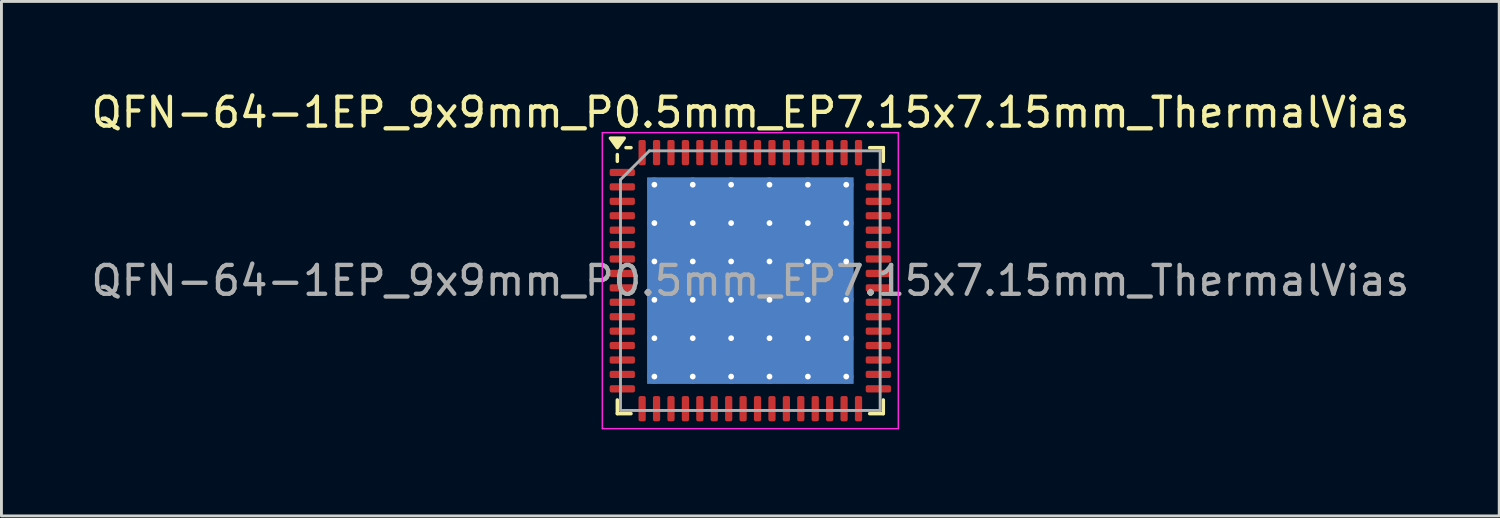
<source format=kicad_pcb>
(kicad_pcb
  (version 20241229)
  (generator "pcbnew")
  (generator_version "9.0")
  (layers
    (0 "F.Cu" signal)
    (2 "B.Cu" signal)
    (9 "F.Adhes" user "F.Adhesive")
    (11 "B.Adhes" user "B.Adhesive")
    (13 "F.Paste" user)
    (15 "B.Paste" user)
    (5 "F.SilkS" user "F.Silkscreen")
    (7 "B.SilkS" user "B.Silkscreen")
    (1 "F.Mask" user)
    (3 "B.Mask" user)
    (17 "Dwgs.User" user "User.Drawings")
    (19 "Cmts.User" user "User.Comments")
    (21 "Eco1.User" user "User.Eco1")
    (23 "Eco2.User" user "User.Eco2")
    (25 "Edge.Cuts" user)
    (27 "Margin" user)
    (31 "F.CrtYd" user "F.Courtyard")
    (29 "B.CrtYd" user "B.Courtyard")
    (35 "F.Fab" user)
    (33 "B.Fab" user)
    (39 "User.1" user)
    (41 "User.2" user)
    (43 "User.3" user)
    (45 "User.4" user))
  (footprint "QFN-64-1EP_9x9mm_P0.5mm_EP7.15x7.15mm_ThermalVias"
    (layer "F.Cu")
    (at 22.958 6.678)
    (property "Reference" "QFN-64-1EP_9x9mm_P0.5mm_EP7.15x7.15mm_ThermalVias" (at 0 -5.83 0) (layer "F.SilkS") (effects (font (size 1 1) (thickness 0.15))))
    (attr smd)
    (fp_line (start -4.61 -4.135) (end -4.61 -4.37) (stroke (width 0.12) (type solid)) (layer "F.SilkS"))
    (fp_line (start -4.61 4.61) (end -4.61 4.135) (stroke (width 0.12) (type solid)) (layer "F.SilkS"))
    (fp_line (start -4.135 -4.61) (end -4.31 -4.61) (stroke (width 0.12) (type solid)) (layer "F.SilkS"))
    (fp_line (start -4.135 4.61) (end -4.61 4.61) (stroke (width 0.12) (type solid)) (layer "F.SilkS"))
    (fp_line (start 4.135 -4.61) (end 4.61 -4.61) (stroke (width 0.12) (type solid)) (layer "F.SilkS"))
    (fp_line (start 4.135 4.61) (end 4.61 4.61) (stroke (width 0.12) (type solid)) (layer "F.SilkS"))
    (fp_line (start 4.61 -4.61) (end 4.61 -4.135) (stroke (width 0.12) (type solid)) (layer "F.SilkS"))
    (fp_line (start 4.61 4.61) (end 4.61 4.135) (stroke (width 0.12) (type solid)) (layer "F.SilkS"))
    (fp_poly (pts (xy -4.61 -4.61) (xy -4.85 -4.94) (xy -4.37 -4.94) (xy -4.61 -4.61)) (stroke (width 0.12) (type solid)) (fill yes) (layer "F.SilkS"))
    (fp_line (start -5.13 -5.13) (end -5.13 5.13) (stroke (width 0.05) (type solid)) (layer "F.CrtYd"))
    (fp_line (start -5.13 5.13) (end 5.13 5.13) (stroke (width 0.05) (type solid)) (layer "F.CrtYd"))
    (fp_line (start 5.13 -5.13) (end -5.13 -5.13) (stroke (width 0.05) (type solid)) (layer "F.CrtYd"))
    (fp_line (start 5.13 5.13) (end 5.13 -5.13) (stroke (width 0.05) (type solid)) (layer "F.CrtYd"))
    (fp_line (start -4.5 -3.5) (end -3.5 -4.5) (stroke (width 0.1) (type solid)) (layer "F.Fab"))
    (fp_line (start -4.5 4.5) (end -4.5 -3.5) (stroke (width 0.1) (type solid)) (layer "F.Fab"))
    (fp_line (start -3.5 -4.5) (end 4.5 -4.5) (stroke (width 0.1) (type solid)) (layer "F.Fab"))
    (fp_line (start 4.5 -4.5) (end 4.5 4.5) (stroke (width 0.1) (type solid)) (layer "F.Fab"))
    (fp_line (start 4.5 4.5) (end -4.5 4.5) (stroke (width 0.1) (type solid)) (layer "F.Fab"))
    (fp_text user "${REFERENCE}" (at 0 0 0) (layer "F.Fab") (effects (font (size 1 1) (thickness 0.15))))
    (pad "" smd roundrect (at -2.66 -2.66) (size 1.153 1.153) (layers "F.Paste") (roundrect_rratio 0.217))
    (pad "" smd roundrect (at -2.66 -1.33) (size 1.153 1.153) (layers "F.Paste") (roundrect_rratio 0.217))
    (pad "" smd roundrect (at -2.66 0) (size 1.153 1.153) (layers "F.Paste") (roundrect_rratio 0.217))
    (pad "" smd roundrect (at -2.66 1.33) (size 1.153 1.153) (layers "F.Paste") (roundrect_rratio 0.217))
    (pad "" smd roundrect (at -2.66 2.66) (size 1.153 1.153) (layers "F.Paste") (roundrect_rratio 0.217))
    (pad "" smd roundrect (at -1.33 -2.66) (size 1.153 1.153) (layers "F.Paste") (roundrect_rratio 0.217))
    (pad "" smd roundrect (at -1.33 -1.33) (size 1.153 1.153) (layers "F.Paste") (roundrect_rratio 0.217))
    (pad "" smd roundrect (at -1.33 0) (size 1.153 1.153) (layers "F.Paste") (roundrect_rratio 0.217))
    (pad "" smd roundrect (at -1.33 1.33) (size 1.153 1.153) (layers "F.Paste") (roundrect_rratio 0.217))
    (pad "" smd roundrect (at -1.33 2.66) (size 1.153 1.153) (layers "F.Paste") (roundrect_rratio 0.217))
    (pad "" smd roundrect (at 0 -2.66) (size 1.153 1.153) (layers "F.Paste") (roundrect_rratio 0.217))
    (pad "" smd roundrect (at 0 -1.33) (size 1.153 1.153) (layers "F.Paste") (roundrect_rratio 0.217))
    (pad "" smd roundrect (at 0 0) (size 1.153 1.153) (layers "F.Paste") (roundrect_rratio 0.217))
    (pad "" smd roundrect (at 0 1.33) (size 1.153 1.153) (layers "F.Paste") (roundrect_rratio 0.217))
    (pad "" smd roundrect (at 0 2.66) (size 1.153 1.153) (layers "F.Paste") (roundrect_rratio 0.217))
    (pad "" smd roundrect (at 1.33 -2.66) (size 1.153 1.153) (layers "F.Paste") (roundrect_rratio 0.217))
    (pad "" smd roundrect (at 1.33 -1.33) (size 1.153 1.153) (layers "F.Paste") (roundrect_rratio 0.217))
    (pad "" smd roundrect (at 1.33 0) (size 1.153 1.153) (layers "F.Paste") (roundrect_rratio 0.217))
    (pad "" smd roundrect (at 1.33 1.33) (size 1.153 1.153) (layers "F.Paste") (roundrect_rratio 0.217))
    (pad "" smd roundrect (at 1.33 2.66) (size 1.153 1.153) (layers "F.Paste") (roundrect_rratio 0.217))
    (pad "" smd roundrect (at 2.66 -2.66) (size 1.153 1.153) (layers "F.Paste") (roundrect_rratio 0.217))
    (pad "" smd roundrect (at 2.66 -1.33) (size 1.153 1.153) (layers "F.Paste") (roundrect_rratio 0.217))
    (pad "" smd roundrect (at 2.66 0) (size 1.153 1.153) (layers "F.Paste") (roundrect_rratio 0.217))
    (pad "" smd roundrect (at 2.66 1.33) (size 1.153 1.153) (layers "F.Paste") (roundrect_rratio 0.217))
    (pad "" smd roundrect (at 2.66 2.66) (size 1.153 1.153) (layers "F.Paste") (roundrect_rratio 0.217))
    (pad "1" smd roundrect (at -4.438 -3.75) (size 0.875 0.25) (layers "F.Cu" "F.Mask" "F.Paste") (roundrect_rratio 0.25))
    (pad "2" smd roundrect (at -4.438 -3.25) (size 0.875 0.25) (layers "F.Cu" "F.Mask" "F.Paste") (roundrect_rratio 0.25))
    (pad "3" smd roundrect (at -4.438 -2.75) (size 0.875 0.25) (layers "F.Cu" "F.Mask" "F.Paste") (roundrect_rratio 0.25))
    (pad "4" smd roundrect (at -4.438 -2.25) (size 0.875 0.25) (layers "F.Cu" "F.Mask" "F.Paste") (roundrect_rratio 0.25))
    (pad "5" smd roundrect (at -4.438 -1.75) (size 0.875 0.25) (layers "F.Cu" "F.Mask" "F.Paste") (roundrect_rratio 0.25))
    (pad "6" smd roundrect (at -4.438 -1.25) (size 0.875 0.25) (layers "F.Cu" "F.Mask" "F.Paste") (roundrect_rratio 0.25))
    (pad "7" smd roundrect (at -4.438 -0.75) (size 0.875 0.25) (layers "F.Cu" "F.Mask" "F.Paste") (roundrect_rratio 0.25))
    (pad "8" smd roundrect (at -4.438 -0.25) (size 0.875 0.25) (layers "F.Cu" "F.Mask" "F.Paste") (roundrect_rratio 0.25))
    (pad "9" smd roundrect (at -4.438 0.25) (size 0.875 0.25) (layers "F.Cu" "F.Mask" "F.Paste") (roundrect_rratio 0.25))
    (pad "10" smd roundrect (at -4.438 0.75) (size 0.875 0.25) (layers "F.Cu" "F.Mask" "F.Paste") (roundrect_rratio 0.25))
    (pad "11" smd roundrect (at -4.438 1.25) (size 0.875 0.25) (layers "F.Cu" "F.Mask" "F.Paste") (roundrect_rratio 0.25))
    (pad "12" smd roundrect (at -4.438 1.75) (size 0.875 0.25) (layers "F.Cu" "F.Mask" "F.Paste") (roundrect_rratio 0.25))
    (pad "13" smd roundrect (at -4.438 2.25) (size 0.875 0.25) (layers "F.Cu" "F.Mask" "F.Paste") (roundrect_rratio 0.25))
    (pad "14" smd roundrect (at -4.438 2.75) (size 0.875 0.25) (layers "F.Cu" "F.Mask" "F.Paste") (roundrect_rratio 0.25))
    (pad "15" smd roundrect (at -4.438 3.25) (size 0.875 0.25) (layers "F.Cu" "F.Mask" "F.Paste") (roundrect_rratio 0.25))
    (pad "16" smd roundrect (at -4.438 3.75) (size 0.875 0.25) (layers "F.Cu" "F.Mask" "F.Paste") (roundrect_rratio 0.25))
    (pad "17" smd roundrect (at -3.75 4.438) (size 0.25 0.875) (layers "F.Cu" "F.Mask" "F.Paste") (roundrect_rratio 0.25))
    (pad "18" smd roundrect (at -3.25 4.438) (size 0.25 0.875) (layers "F.Cu" "F.Mask" "F.Paste") (roundrect_rratio 0.25))
    (pad "19" smd roundrect (at -2.75 4.438) (size 0.25 0.875) (layers "F.Cu" "F.Mask" "F.Paste") (roundrect_rratio 0.25))
    (pad "20" smd roundrect (at -2.25 4.438) (size 0.25 0.875) (layers "F.Cu" "F.Mask" "F.Paste") (roundrect_rratio 0.25))
    (pad "21" smd roundrect (at -1.75 4.438) (size 0.25 0.875) (layers "F.Cu" "F.Mask" "F.Paste") (roundrect_rratio 0.25))
    (pad "22" smd roundrect (at -1.25 4.438) (size 0.25 0.875) (layers "F.Cu" "F.Mask" "F.Paste") (roundrect_rratio 0.25))
    (pad "23" smd roundrect (at -0.75 4.438) (size 0.25 0.875) (layers "F.Cu" "F.Mask" "F.Paste") (roundrect_rratio 0.25))
    (pad "24" smd roundrect (at -0.25 4.438) (size 0.25 0.875) (layers "F.Cu" "F.Mask" "F.Paste") (roundrect_rratio 0.25))
    (pad "25" smd roundrect (at 0.25 4.438) (size 0.25 0.875) (layers "F.Cu" "F.Mask" "F.Paste") (roundrect_rratio 0.25))
    (pad "26" smd roundrect (at 0.75 4.438) (size 0.25 0.875) (layers "F.Cu" "F.Mask" "F.Paste") (roundrect_rratio 0.25))
    (pad "27" smd roundrect (at 1.25 4.438) (size 0.25 0.875) (layers "F.Cu" "F.Mask" "F.Paste") (roundrect_rratio 0.25))
    (pad "28" smd roundrect (at 1.75 4.438) (size 0.25 0.875) (layers "F.Cu" "F.Mask" "F.Paste") (roundrect_rratio 0.25))
    (pad "29" smd roundrect (at 2.25 4.438) (size 0.25 0.875) (layers "F.Cu" "F.Mask" "F.Paste") (roundrect_rratio 0.25))
    (pad "30" smd roundrect (at 2.75 4.438) (size 0.25 0.875) (layers "F.Cu" "F.Mask" "F.Paste") (roundrect_rratio 0.25))
    (pad "31" smd roundrect (at 3.25 4.438) (size 0.25 0.875) (layers "F.Cu" "F.Mask" "F.Paste") (roundrect_rratio 0.25))
    (pad "32" smd roundrect (at 3.75 4.438) (size 0.25 0.875) (layers "F.Cu" "F.Mask" "F.Paste") (roundrect_rratio 0.25))
    (pad "33" smd roundrect (at 4.438 3.75) (size 0.875 0.25) (layers "F.Cu" "F.Mask" "F.Paste") (roundrect_rratio 0.25))
    (pad "34" smd roundrect (at 4.438 3.25) (size 0.875 0.25) (layers "F.Cu" "F.Mask" "F.Paste") (roundrect_rratio 0.25))
    (pad "35" smd roundrect (at 4.438 2.75) (size 0.875 0.25) (layers "F.Cu" "F.Mask" "F.Paste") (roundrect_rratio 0.25))
    (pad "36" smd roundrect (at 4.438 2.25) (size 0.875 0.25) (layers "F.Cu" "F.Mask" "F.Paste") (roundrect_rratio 0.25))
    (pad "37" smd roundrect (at 4.438 1.75) (size 0.875 0.25) (layers "F.Cu" "F.Mask" "F.Paste") (roundrect_rratio 0.25))
    (pad "38" smd roundrect (at 4.438 1.25) (size 0.875 0.25) (layers "F.Cu" "F.Mask" "F.Paste") (roundrect_rratio 0.25))
    (pad "39" smd roundrect (at 4.438 0.75) (size 0.875 0.25) (layers "F.Cu" "F.Mask" "F.Paste") (roundrect_rratio 0.25))
    (pad "40" smd roundrect (at 4.438 0.25) (size 0.875 0.25) (layers "F.Cu" "F.Mask" "F.Paste") (roundrect_rratio 0.25))
    (pad "41" smd roundrect (at 4.438 -0.25) (size 0.875 0.25) (layers "F.Cu" "F.Mask" "F.Paste") (roundrect_rratio 0.25))
    (pad "42" smd roundrect (at 4.438 -0.75) (size 0.875 0.25) (layers "F.Cu" "F.Mask" "F.Paste") (roundrect_rratio 0.25))
    (pad "43" smd roundrect (at 4.438 -1.25) (size 0.875 0.25) (layers "F.Cu" "F.Mask" "F.Paste") (roundrect_rratio 0.25))
    (pad "44" smd roundrect (at 4.438 -1.75) (size 0.875 0.25) (layers "F.Cu" "F.Mask" "F.Paste") (roundrect_rratio 0.25))
    (pad "45" smd roundrect (at 4.438 -2.25) (size 0.875 0.25) (layers "F.Cu" "F.Mask" "F.Paste") (roundrect_rratio 0.25))
    (pad "46" smd roundrect (at 4.438 -2.75) (size 0.875 0.25) (layers "F.Cu" "F.Mask" "F.Paste") (roundrect_rratio 0.25))
    (pad "47" smd roundrect (at 4.438 -3.25) (size 0.875 0.25) (layers "F.Cu" "F.Mask" "F.Paste") (roundrect_rratio 0.25))
    (pad "48" smd roundrect (at 4.438 -3.75) (size 0.875 0.25) (layers "F.Cu" "F.Mask" "F.Paste") (roundrect_rratio 0.25))
    (pad "49" smd roundrect (at 3.75 -4.438) (size 0.25 0.875) (layers "F.Cu" "F.Mask" "F.Paste") (roundrect_rratio 0.25))
    (pad "50" smd roundrect (at 3.25 -4.438) (size 0.25 0.875) (layers "F.Cu" "F.Mask" "F.Paste") (roundrect_rratio 0.25))
    (pad "51" smd roundrect (at 2.75 -4.438) (size 0.25 0.875) (layers "F.Cu" "F.Mask" "F.Paste") (roundrect_rratio 0.25))
    (pad "52" smd roundrect (at 2.25 -4.438) (size 0.25 0.875) (layers "F.Cu" "F.Mask" "F.Paste") (roundrect_rratio 0.25))
    (pad "53" smd roundrect (at 1.75 -4.438) (size 0.25 0.875) (layers "F.Cu" "F.Mask" "F.Paste") (roundrect_rratio 0.25))
    (pad "54" smd roundrect (at 1.25 -4.438) (size 0.25 0.875) (layers "F.Cu" "F.Mask" "F.Paste") (roundrect_rratio 0.25))
    (pad "55" smd roundrect (at 0.75 -4.438) (size 0.25 0.875) (layers "F.Cu" "F.Mask" "F.Paste") (roundrect_rratio 0.25))
    (pad "56" smd roundrect (at 0.25 -4.438) (size 0.25 0.875) (layers "F.Cu" "F.Mask" "F.Paste") (roundrect_rratio 0.25))
    (pad "57" smd roundrect (at -0.25 -4.438) (size 0.25 0.875) (layers "F.Cu" "F.Mask" "F.Paste") (roundrect_rratio 0.25))
    (pad "58" smd roundrect (at -0.75 -4.438) (size 0.25 0.875) (layers "F.Cu" "F.Mask" "F.Paste") (roundrect_rratio 0.25))
    (pad "59" smd roundrect (at -1.25 -4.438) (size 0.25 0.875) (layers "F.Cu" "F.Mask" "F.Paste") (roundrect_rratio 0.25))
    (pad "60" smd roundrect (at -1.75 -4.438) (size 0.25 0.875) (layers "F.Cu" "F.Mask" "F.Paste") (roundrect_rratio 0.25))
    (pad "61" smd roundrect (at -2.25 -4.438) (size 0.25 0.875) (layers "F.Cu" "F.Mask" "F.Paste") (roundrect_rratio 0.25))
    (pad "62" smd roundrect (at -2.75 -4.438) (size 0.25 0.875) (layers "F.Cu" "F.Mask" "F.Paste") (roundrect_rratio 0.25))
    (pad "63" smd roundrect (at -3.25 -4.438) (size 0.25 0.875) (layers "F.Cu" "F.Mask" "F.Paste") (roundrect_rratio 0.25))
    (pad "64" smd roundrect (at -3.75 -4.438) (size 0.25 0.875) (layers "F.Cu" "F.Mask" "F.Paste") (roundrect_rratio 0.25))
    (pad "65" thru_hole circle (at -3.325 -3.325) (size 0.5 0.5) (drill 0.2) (property pad_prop_heatsink) (layers "*.Cu"))
    (pad "65" thru_hole circle (at -3.325 -1.995) (size 0.5 0.5) (drill 0.2) (property pad_prop_heatsink) (layers "*.Cu"))
    (pad "65" thru_hole circle (at -3.325 -0.665) (size 0.5 0.5) (drill 0.2) (property pad_prop_heatsink) (layers "*.Cu"))
    (pad "65" thru_hole circle (at -3.325 0.665) (size 0.5 0.5) (drill 0.2) (property pad_prop_heatsink) (layers "*.Cu"))
    (pad "65" thru_hole circle (at -3.325 1.995) (size 0.5 0.5) (drill 0.2) (property pad_prop_heatsink) (layers "*.Cu"))
    (pad "65" thru_hole circle (at -3.325 3.325) (size 0.5 0.5) (drill 0.2) (property pad_prop_heatsink) (layers "*.Cu"))
    (pad "65" thru_hole circle (at -1.995 -3.325) (size 0.5 0.5) (drill 0.2) (property pad_prop_heatsink) (layers "*.Cu"))
    (pad "65" thru_hole circle (at -1.995 -1.995) (size 0.5 0.5) (drill 0.2) (property pad_prop_heatsink) (layers "*.Cu"))
    (pad "65" thru_hole circle (at -1.995 -0.665) (size 0.5 0.5) (drill 0.2) (property pad_prop_heatsink) (layers "*.Cu"))
    (pad "65" thru_hole circle (at -1.995 0.665) (size 0.5 0.5) (drill 0.2) (property pad_prop_heatsink) (layers "*.Cu"))
    (pad "65" thru_hole circle (at -1.995 1.995) (size 0.5 0.5) (drill 0.2) (property pad_prop_heatsink) (layers "*.Cu"))
    (pad "65" thru_hole circle (at -1.995 3.325) (size 0.5 0.5) (drill 0.2) (property pad_prop_heatsink) (layers "*.Cu"))
    (pad "65" thru_hole circle (at -0.665 -3.325) (size 0.5 0.5) (drill 0.2) (property pad_prop_heatsink) (layers "*.Cu"))
    (pad "65" thru_hole circle (at -0.665 -1.995) (size 0.5 0.5) (drill 0.2) (property pad_prop_heatsink) (layers "*.Cu"))
    (pad "65" thru_hole circle (at -0.665 -0.665) (size 0.5 0.5) (drill 0.2) (property pad_prop_heatsink) (layers "*.Cu"))
    (pad "65" thru_hole circle (at -0.665 0.665) (size 0.5 0.5) (drill 0.2) (property pad_prop_heatsink) (layers "*.Cu"))
    (pad "65" thru_hole circle (at -0.665 1.995) (size 0.5 0.5) (drill 0.2) (property pad_prop_heatsink) (layers "*.Cu"))
    (pad "65" thru_hole circle (at -0.665 3.325) (size 0.5 0.5) (drill 0.2) (property pad_prop_heatsink) (layers "*.Cu"))
    (pad "65" smd rect (at 0 0) (size 7.15 7.15) (property pad_prop_heatsink) (layers "F.Cu" "F.Mask"))
    (pad "65" smd rect (at 0 0) (size 7.15 7.15) (property pad_prop_heatsink) (layers "B.Cu"))
    (pad "65" thru_hole circle (at 0.665 -3.325) (size 0.5 0.5) (drill 0.2) (property pad_prop_heatsink) (layers "*.Cu"))
    (pad "65" thru_hole circle (at 0.665 -1.995) (size 0.5 0.5) (drill 0.2) (property pad_prop_heatsink) (layers "*.Cu"))
    (pad "65" thru_hole circle (at 0.665 -0.665) (size 0.5 0.5) (drill 0.2) (property pad_prop_heatsink) (layers "*.Cu"))
    (pad "65" thru_hole circle (at 0.665 0.665) (size 0.5 0.5) (drill 0.2) (property pad_prop_heatsink) (layers "*.Cu"))
    (pad "65" thru_hole circle (at 0.665 1.995) (size 0.5 0.5) (drill 0.2) (property pad_prop_heatsink) (layers "*.Cu"))
    (pad "65" thru_hole circle (at 0.665 3.325) (size 0.5 0.5) (drill 0.2) (property pad_prop_heatsink) (layers "*.Cu"))
    (pad "65" thru_hole circle (at 1.995 -3.325) (size 0.5 0.5) (drill 0.2) (property pad_prop_heatsink) (layers "*.Cu"))
    (pad "65" thru_hole circle (at 1.995 -1.995) (size 0.5 0.5) (drill 0.2) (property pad_prop_heatsink) (layers "*.Cu"))
    (pad "65" thru_hole circle (at 1.995 -0.665) (size 0.5 0.5) (drill 0.2) (property pad_prop_heatsink) (layers "*.Cu"))
    (pad "65" thru_hole circle (at 1.995 0.665) (size 0.5 0.5) (drill 0.2) (property pad_prop_heatsink) (layers "*.Cu"))
    (pad "65" thru_hole circle (at 1.995 1.995) (size 0.5 0.5) (drill 0.2) (property pad_prop_heatsink) (layers "*.Cu"))
    (pad "65" thru_hole circle (at 1.995 3.325) (size 0.5 0.5) (drill 0.2) (property pad_prop_heatsink) (layers "*.Cu"))
    (pad "65" thru_hole circle (at 3.325 -3.325) (size 0.5 0.5) (drill 0.2) (property pad_prop_heatsink) (layers "*.Cu"))
    (pad "65" thru_hole circle (at 3.325 -1.995) (size 0.5 0.5) (drill 0.2) (property pad_prop_heatsink) (layers "*.Cu"))
    (pad "65" thru_hole circle (at 3.325 -0.665) (size 0.5 0.5) (drill 0.2) (property pad_prop_heatsink) (layers "*.Cu"))
    (pad "65" thru_hole circle (at 3.325 0.665) (size 0.5 0.5) (drill 0.2) (property pad_prop_heatsink) (layers "*.Cu"))
    (pad "65" thru_hole circle (at 3.325 1.995) (size 0.5 0.5) (drill 0.2) (property pad_prop_heatsink) (layers "*.Cu"))
    (pad "65" thru_hole circle (at 3.325 3.325) (size 0.5 0.5) (drill 0.2) (property pad_prop_heatsink) (layers "*.Cu")))
  (gr_rect
    (start -3 -3)
    (end 48.917 14.833)
    (stroke (width 0.1) (type default))
    (fill no)
    (layer "Edge.Cuts")))
</source>
